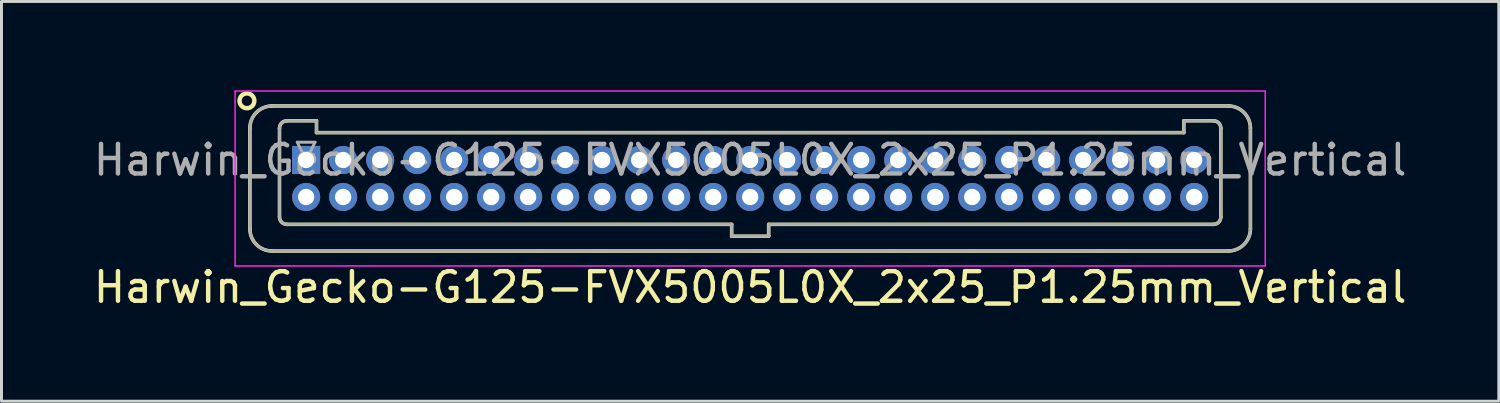
<source format=kicad_pcb>
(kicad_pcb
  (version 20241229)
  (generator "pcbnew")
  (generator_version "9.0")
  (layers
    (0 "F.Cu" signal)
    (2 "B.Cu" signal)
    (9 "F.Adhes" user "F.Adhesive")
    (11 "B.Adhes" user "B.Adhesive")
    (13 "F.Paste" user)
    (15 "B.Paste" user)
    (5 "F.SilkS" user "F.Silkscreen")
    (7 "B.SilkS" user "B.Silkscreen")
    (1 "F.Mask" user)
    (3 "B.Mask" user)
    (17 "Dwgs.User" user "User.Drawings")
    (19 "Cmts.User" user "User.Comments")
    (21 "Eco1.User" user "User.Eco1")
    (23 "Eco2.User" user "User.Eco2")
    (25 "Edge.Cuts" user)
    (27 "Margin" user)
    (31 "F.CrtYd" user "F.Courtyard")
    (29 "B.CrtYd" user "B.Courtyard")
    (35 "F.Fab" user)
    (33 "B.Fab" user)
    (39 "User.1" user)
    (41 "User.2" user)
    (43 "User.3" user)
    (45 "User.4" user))
  (footprint "Harwin_Gecko-G125-FVX5005L0X_2x25_P1.25mm_Vertical"
    (layer "F.Cu")
    (at 7.292 2.355)
    (property "Reference" "Harwin_Gecko-G125-FVX5005L0X_2x25_P1.25mm_Vertical" (at 15 4.3 0) (layer "F.SilkS") (effects (font (size 1 1) (thickness 0.15))))
    (attr through_hole)
    (fp_line (start -1.9 -1.075) (end -1.9 2.325) (stroke (width 0.12) (type solid)) (layer "F.SilkS"))
    (fp_line (start -1.15 -1.825) (end 31.15 -1.825) (stroke (width 0.12) (type solid)) (layer "F.SilkS"))
    (fp_line (start -1.15 3.075) (end 31.15 3.075) (stroke (width 0.12) (type solid)) (layer "F.SilkS"))
    (fp_line (start -0.9 -1.075) (end -0.9 1.925) (stroke (width 0.12) (type solid)) (layer "F.SilkS"))
    (fp_line (start -0.65 -1.325) (end 0.35 -1.325) (stroke (width 0.12) (type solid)) (layer "F.SilkS"))
    (fp_line (start -0.65 2.175) (end 14.375 2.175) (stroke (width 0.12) (type solid)) (layer "F.SilkS"))
    (fp_line (start 0.35 -1.325) (end 0.35 -0.925) (stroke (width 0.12) (type solid)) (layer "F.SilkS"))
    (fp_line (start 0.35 -0.925) (end 29.65 -0.925) (stroke (width 0.12) (type solid)) (layer "F.SilkS"))
    (fp_line (start 14.375 2.175) (end 14.375 2.575) (stroke (width 0.12) (type solid)) (layer "F.SilkS"))
    (fp_line (start 14.375 2.575) (end 15.625 2.575) (stroke (width 0.12) (type solid)) (layer "F.SilkS"))
    (fp_line (start 15.625 2.175) (end 30.65 2.175) (stroke (width 0.12) (type solid)) (layer "F.SilkS"))
    (fp_line (start 15.625 2.575) (end 15.625 2.175) (stroke (width 0.12) (type solid)) (layer "F.SilkS"))
    (fp_line (start 29.65 -1.325) (end 30.65 -1.325) (stroke (width 0.12) (type solid)) (layer "F.SilkS"))
    (fp_line (start 29.65 -0.925) (end 29.65 -1.325) (stroke (width 0.12) (type solid)) (layer "F.SilkS"))
    (fp_line (start 30.9 -1.075) (end 30.9 1.925) (stroke (width 0.12) (type solid)) (layer "F.SilkS"))
    (fp_line (start 31.9 -1.075) (end 31.9 2.325) (stroke (width 0.12) (type solid)) (layer "F.SilkS"))
    (fp_arc (start -1.9 -1.075) (mid -1.68033 -1.60533) (end -1.15 -1.825) (stroke (width 0.12) (type solid)) (layer "F.SilkS"))
    (fp_arc (start -1.15 3.075) (mid -1.68033 2.85533) (end -1.9 2.325) (stroke (width 0.12) (type solid)) (layer "F.SilkS"))
    (fp_arc (start -0.9 -1.075) (mid -0.826777 -1.251777) (end -0.65 -1.325) (stroke (width 0.12) (type solid)) (layer "F.SilkS"))
    (fp_arc (start -0.65 2.175) (mid -0.826777 2.101777) (end -0.9 1.925) (stroke (width 0.12) (type solid)) (layer "F.SilkS"))
    (fp_arc (start 30.65 -1.325) (mid 30.826777 -1.251777) (end 30.9 -1.075) (stroke (width 0.12) (type solid)) (layer "F.SilkS"))
    (fp_arc (start 30.9 1.925) (mid 30.826777 2.101777) (end 30.65 2.175) (stroke (width 0.12) (type solid)) (layer "F.SilkS"))
    (fp_arc (start 31.15 -1.825) (mid 31.68033 -1.60533) (end 31.9 -1.075) (stroke (width 0.12) (type solid)) (layer "F.SilkS"))
    (fp_arc (start 31.9 2.325) (mid 31.68033 2.85533) (end 31.15 3.075) (stroke (width 0.12) (type solid)) (layer "F.SilkS"))
    (fp_circle (center -2 -2) (end -1.75 -2) (stroke (width 0.15) (type solid)) (fill no) (layer "F.SilkS"))
    (fp_line (start -2.4 -2.33) (end -2.4 3.58) (stroke (width 0.05) (type solid)) (layer "F.CrtYd"))
    (fp_line (start -2.4 3.58) (end 32.4 3.58) (stroke (width 0.05) (type solid)) (layer "F.CrtYd"))
    (fp_line (start 32.4 -2.33) (end -2.4 -2.33) (stroke (width 0.05) (type solid)) (layer "F.CrtYd"))
    (fp_line (start 32.4 3.58) (end 32.4 -2.33) (stroke (width 0.05) (type solid)) (layer "F.CrtYd"))
    (fp_line (start -1.9 -1.075) (end -1.9 2.325) (stroke (width 0.1) (type solid)) (layer "F.Fab"))
    (fp_line (start -1.15 -1.825) (end 31.15 -1.825) (stroke (width 0.1) (type solid)) (layer "F.Fab"))
    (fp_line (start -1.15 3.075) (end 31.15 3.075) (stroke (width 0.1) (type solid)) (layer "F.Fab"))
    (fp_line (start -0.9 -1.075) (end -0.9 1.925) (stroke (width 0.1) (type solid)) (layer "F.Fab"))
    (fp_line (start -0.65 -1.325) (end 0.35 -1.325) (stroke (width 0.1) (type solid)) (layer "F.Fab"))
    (fp_line (start -0.65 2.175) (end 14.375 2.175) (stroke (width 0.1) (type solid)) (layer "F.Fab"))
    (fp_line (start -0.3 -0.6) (end 0.3 -0.6) (stroke (width 0.1) (type solid)) (layer "F.Fab"))
    (fp_line (start 0 0) (end -0.3 -0.6) (stroke (width 0.1) (type solid)) (layer "F.Fab"))
    (fp_line (start 0.3 -0.6) (end 0 0) (stroke (width 0.1) (type solid)) (layer "F.Fab"))
    (fp_line (start 0.35 -1.325) (end 0.35 -0.925) (stroke (width 0.1) (type solid)) (layer "F.Fab"))
    (fp_line (start 0.35 -0.925) (end 29.65 -0.925) (stroke (width 0.1) (type solid)) (layer "F.Fab"))
    (fp_line (start 14.375 2.175) (end 14.375 2.575) (stroke (width 0.1) (type solid)) (layer "F.Fab"))
    (fp_line (start 14.375 2.575) (end 15.625 2.575) (stroke (width 0.1) (type solid)) (layer "F.Fab"))
    (fp_line (start 15.625 2.175) (end 30.65 2.175) (stroke (width 0.1) (type solid)) (layer "F.Fab"))
    (fp_line (start 15.625 2.575) (end 15.625 2.175) (stroke (width 0.1) (type solid)) (layer "F.Fab"))
    (fp_line (start 29.65 -1.325) (end 30.65 -1.325) (stroke (width 0.1) (type solid)) (layer "F.Fab"))
    (fp_line (start 29.65 -0.925) (end 29.65 -1.325) (stroke (width 0.1) (type solid)) (layer "F.Fab"))
    (fp_line (start 30.9 -1.075) (end 30.9 1.925) (stroke (width 0.1) (type solid)) (layer "F.Fab"))
    (fp_line (start 31.9 -1.075) (end 31.9 2.325) (stroke (width 0.1) (type solid)) (layer "F.Fab"))
    (fp_arc (start -1.9 -1.075) (mid -1.68033 -1.60533) (end -1.15 -1.825) (stroke (width 0.1) (type solid)) (layer "F.Fab"))
    (fp_arc (start -1.15 3.075) (mid -1.68033 2.85533) (end -1.9 2.325) (stroke (width 0.1) (type solid)) (layer "F.Fab"))
    (fp_arc (start -0.9 -1.075) (mid -0.826777 -1.251777) (end -0.65 -1.325) (stroke (width 0.1) (type solid)) (layer "F.Fab"))
    (fp_arc (start -0.65 2.175) (mid -0.826777 2.101777) (end -0.9 1.925) (stroke (width 0.1) (type solid)) (layer "F.Fab"))
    (fp_arc (start 30.65 -1.325) (mid 30.826777 -1.251777) (end 30.9 -1.075) (stroke (width 0.1) (type solid)) (layer "F.Fab"))
    (fp_arc (start 30.9 1.925) (mid 30.826777 2.101777) (end 30.65 2.175) (stroke (width 0.1) (type solid)) (layer "F.Fab"))
    (fp_arc (start 31.15 -1.825) (mid 31.68033 -1.60533) (end 31.9 -1.075) (stroke (width 0.1) (type solid)) (layer "F.Fab"))
    (fp_arc (start 31.9 2.325) (mid 31.68033 2.85533) (end 31.15 3.075) (stroke (width 0.1) (type solid)) (layer "F.Fab"))
    (fp_text user "${REFERENCE}" (at 15 0 0) (layer "F.Fab") (effects (font (size 1 1) (thickness 0.15))))
    (pad "1" thru_hole rect (at 0 0) (size 0.95 0.95) (drill 0.55) (layers "*.Cu" "*.Mask"))
    (pad "2" thru_hole circle (at 0 1.25) (size 0.95 0.95) (drill 0.55) (layers "*.Cu" "*.Mask"))
    (pad "3" thru_hole circle (at 1.25 0) (size 0.95 0.95) (drill 0.55) (layers "*.Cu" "*.Mask"))
    (pad "4" thru_hole circle (at 1.25 1.25) (size 0.95 0.95) (drill 0.55) (layers "*.Cu" "*.Mask"))
    (pad "5" thru_hole circle (at 2.5 0) (size 0.95 0.95) (drill 0.55) (layers "*.Cu" "*.Mask"))
    (pad "6" thru_hole circle (at 2.5 1.25) (size 0.95 0.95) (drill 0.55) (layers "*.Cu" "*.Mask"))
    (pad "7" thru_hole circle (at 3.75 0) (size 0.95 0.95) (drill 0.55) (layers "*.Cu" "*.Mask"))
    (pad "8" thru_hole circle (at 3.75 1.25) (size 0.95 0.95) (drill 0.55) (layers "*.Cu" "*.Mask"))
    (pad "9" thru_hole circle (at 5 0) (size 0.95 0.95) (drill 0.55) (layers "*.Cu" "*.Mask"))
    (pad "10" thru_hole circle (at 5 1.25) (size 0.95 0.95) (drill 0.55) (layers "*.Cu" "*.Mask"))
    (pad "11" thru_hole circle (at 6.25 0) (size 0.95 0.95) (drill 0.55) (layers "*.Cu" "*.Mask"))
    (pad "12" thru_hole circle (at 6.25 1.25) (size 0.95 0.95) (drill 0.55) (layers "*.Cu" "*.Mask"))
    (pad "13" thru_hole circle (at 7.5 0) (size 0.95 0.95) (drill 0.55) (layers "*.Cu" "*.Mask"))
    (pad "14" thru_hole circle (at 7.5 1.25) (size 0.95 0.95) (drill 0.55) (layers "*.Cu" "*.Mask"))
    (pad "15" thru_hole circle (at 8.75 0) (size 0.95 0.95) (drill 0.55) (layers "*.Cu" "*.Mask"))
    (pad "16" thru_hole circle (at 8.75 1.25) (size 0.95 0.95) (drill 0.55) (layers "*.Cu" "*.Mask"))
    (pad "17" thru_hole circle (at 10 0) (size 0.95 0.95) (drill 0.55) (layers "*.Cu" "*.Mask"))
    (pad "18" thru_hole circle (at 10 1.25) (size 0.95 0.95) (drill 0.55) (layers "*.Cu" "*.Mask"))
    (pad "19" thru_hole circle (at 11.25 0) (size 0.95 0.95) (drill 0.55) (layers "*.Cu" "*.Mask"))
    (pad "20" thru_hole circle (at 11.25 1.25) (size 0.95 0.95) (drill 0.55) (layers "*.Cu" "*.Mask"))
    (pad "21" thru_hole circle (at 12.5 0) (size 0.95 0.95) (drill 0.55) (layers "*.Cu" "*.Mask"))
    (pad "22" thru_hole circle (at 12.5 1.25) (size 0.95 0.95) (drill 0.55) (layers "*.Cu" "*.Mask"))
    (pad "23" thru_hole circle (at 13.75 0) (size 0.95 0.95) (drill 0.55) (layers "*.Cu" "*.Mask"))
    (pad "24" thru_hole circle (at 13.75 1.25) (size 0.95 0.95) (drill 0.55) (layers "*.Cu" "*.Mask"))
    (pad "25" thru_hole circle (at 15 0) (size 0.95 0.95) (drill 0.55) (layers "*.Cu" "*.Mask"))
    (pad "26" thru_hole circle (at 15 1.25) (size 0.95 0.95) (drill 0.55) (layers "*.Cu" "*.Mask"))
    (pad "27" thru_hole circle (at 16.25 0) (size 0.95 0.95) (drill 0.55) (layers "*.Cu" "*.Mask"))
    (pad "28" thru_hole circle (at 16.25 1.25) (size 0.95 0.95) (drill 0.55) (layers "*.Cu" "*.Mask"))
    (pad "29" thru_hole circle (at 17.5 0) (size 0.95 0.95) (drill 0.55) (layers "*.Cu" "*.Mask"))
    (pad "30" thru_hole circle (at 17.5 1.25) (size 0.95 0.95) (drill 0.55) (layers "*.Cu" "*.Mask"))
    (pad "31" thru_hole circle (at 18.75 0) (size 0.95 0.95) (drill 0.55) (layers "*.Cu" "*.Mask"))
    (pad "32" thru_hole circle (at 18.75 1.25) (size 0.95 0.95) (drill 0.55) (layers "*.Cu" "*.Mask"))
    (pad "33" thru_hole circle (at 20 0) (size 0.95 0.95) (drill 0.55) (layers "*.Cu" "*.Mask"))
    (pad "34" thru_hole circle (at 20 1.25) (size 0.95 0.95) (drill 0.55) (layers "*.Cu" "*.Mask"))
    (pad "35" thru_hole circle (at 21.25 0) (size 0.95 0.95) (drill 0.55) (layers "*.Cu" "*.Mask"))
    (pad "36" thru_hole circle (at 21.25 1.25) (size 0.95 0.95) (drill 0.55) (layers "*.Cu" "*.Mask"))
    (pad "37" thru_hole circle (at 22.5 0) (size 0.95 0.95) (drill 0.55) (layers "*.Cu" "*.Mask"))
    (pad "38" thru_hole circle (at 22.5 1.25) (size 0.95 0.95) (drill 0.55) (layers "*.Cu" "*.Mask"))
    (pad "39" thru_hole circle (at 23.75 0) (size 0.95 0.95) (drill 0.55) (layers "*.Cu" "*.Mask"))
    (pad "40" thru_hole circle (at 23.75 1.25) (size 0.95 0.95) (drill 0.55) (layers "*.Cu" "*.Mask"))
    (pad "41" thru_hole circle (at 25 0) (size 0.95 0.95) (drill 0.55) (layers "*.Cu" "*.Mask"))
    (pad "42" thru_hole circle (at 25 1.25) (size 0.95 0.95) (drill 0.55) (layers "*.Cu" "*.Mask"))
    (pad "43" thru_hole circle (at 26.25 0) (size 0.95 0.95) (drill 0.55) (layers "*.Cu" "*.Mask"))
    (pad "44" thru_hole circle (at 26.25 1.25) (size 0.95 0.95) (drill 0.55) (layers "*.Cu" "*.Mask"))
    (pad "45" thru_hole circle (at 27.5 0) (size 0.95 0.95) (drill 0.55) (layers "*.Cu" "*.Mask"))
    (pad "46" thru_hole circle (at 27.5 1.25) (size 0.95 0.95) (drill 0.55) (layers "*.Cu" "*.Mask"))
    (pad "47" thru_hole circle (at 28.75 0) (size 0.95 0.95) (drill 0.55) (layers "*.Cu" "*.Mask"))
    (pad "48" thru_hole circle (at 28.75 1.25) (size 0.95 0.95) (drill 0.55) (layers "*.Cu" "*.Mask"))
    (pad "49" thru_hole circle (at 30 0) (size 0.95 0.95) (drill 0.55) (layers "*.Cu" "*.Mask"))
    (pad "50" thru_hole circle (at 30 1.25) (size 0.95 0.95) (drill 0.55) (layers "*.Cu" "*.Mask")))
  (gr_rect
    (start -3 -3)
    (end 47.583 10.503)
    (stroke (width 0.1) (type default))
    (fill no)
    (layer "Edge.Cuts")))
</source>
